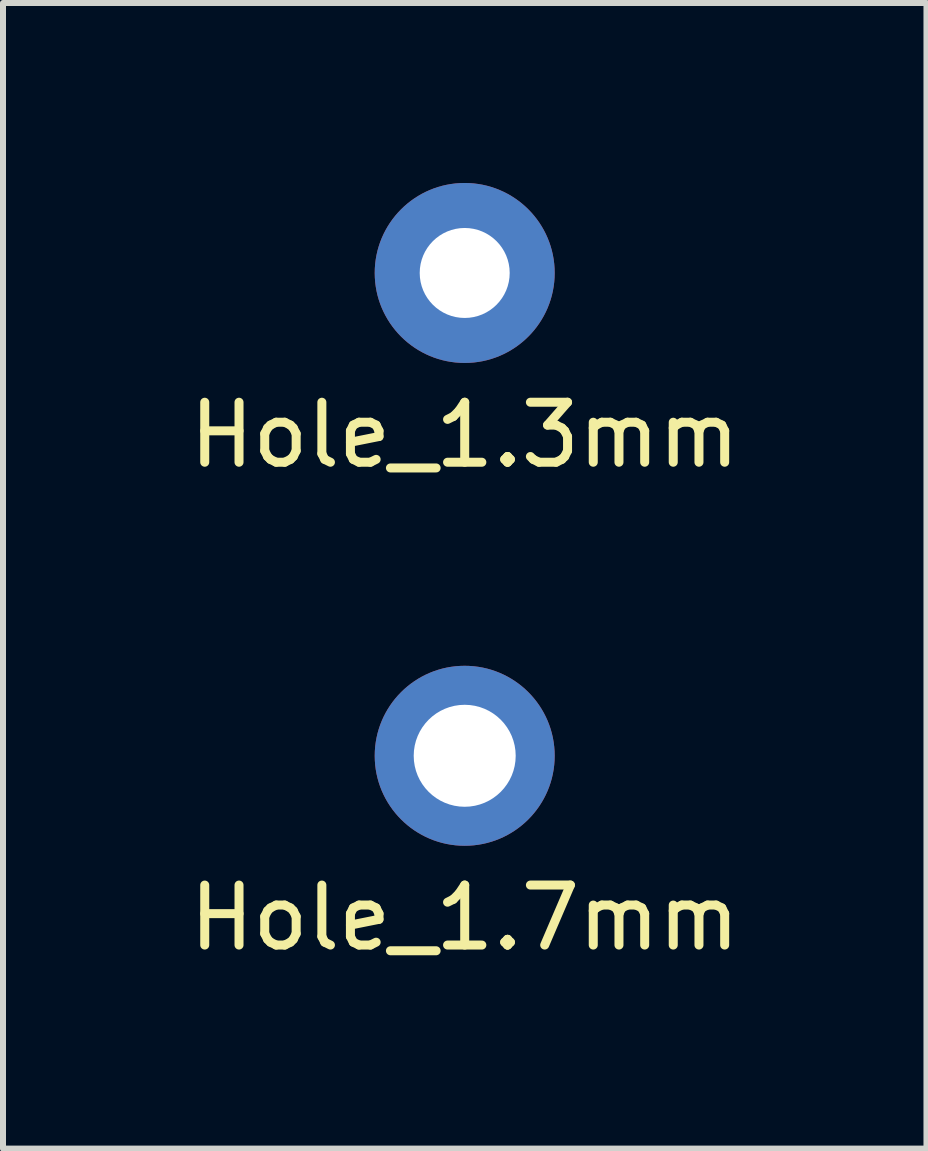
<source format=kicad_pcb>
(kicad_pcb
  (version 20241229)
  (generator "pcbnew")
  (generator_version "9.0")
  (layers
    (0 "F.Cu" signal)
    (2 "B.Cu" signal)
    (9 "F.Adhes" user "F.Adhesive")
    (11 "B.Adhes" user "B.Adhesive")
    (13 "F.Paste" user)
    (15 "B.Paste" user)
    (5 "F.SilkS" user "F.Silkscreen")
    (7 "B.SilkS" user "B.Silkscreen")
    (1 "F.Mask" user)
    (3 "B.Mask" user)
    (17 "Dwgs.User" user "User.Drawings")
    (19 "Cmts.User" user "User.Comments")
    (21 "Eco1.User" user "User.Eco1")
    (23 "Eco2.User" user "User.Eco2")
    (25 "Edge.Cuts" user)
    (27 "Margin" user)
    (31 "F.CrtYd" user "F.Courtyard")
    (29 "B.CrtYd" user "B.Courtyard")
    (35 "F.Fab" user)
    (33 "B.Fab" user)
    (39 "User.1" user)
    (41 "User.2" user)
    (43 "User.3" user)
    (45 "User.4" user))
  (footprint "Hole_1.3mm"
    (layer "F.Cu")
    (at 4.696 1.5)
    (property "Reference" "Hole_1.3mm" (at 0 2.7 0) (layer "F.SilkS") (effects (font (size 1 1) (thickness 0.15))))
    (attr through_hole)
    (pad "1" thru_hole circle (at 0 0) (size 3 3) (drill 1.5) (layers "*.Cu" "*.Mask")))
  (footprint "Hole_1.7mm"
    (layer "F.Cu")
    (at 4.696 9.548)
    (property "Reference" "Hole_1.7mm" (at 0 2.7 0) (layer "F.SilkS") (effects (font (size 1 1) (thickness 0.15))))
    (attr through_hole)
    (pad "1" thru_hole circle (at 0 0) (size 3 3) (drill 1.7) (layers "*.Cu" "*.Mask")))
  (gr_rect
    (start -3 -3)
    (end 12.393 16.096)
    (stroke (width 0.1) (type default))
    (fill no)
    (layer "Edge.Cuts")))
</source>
